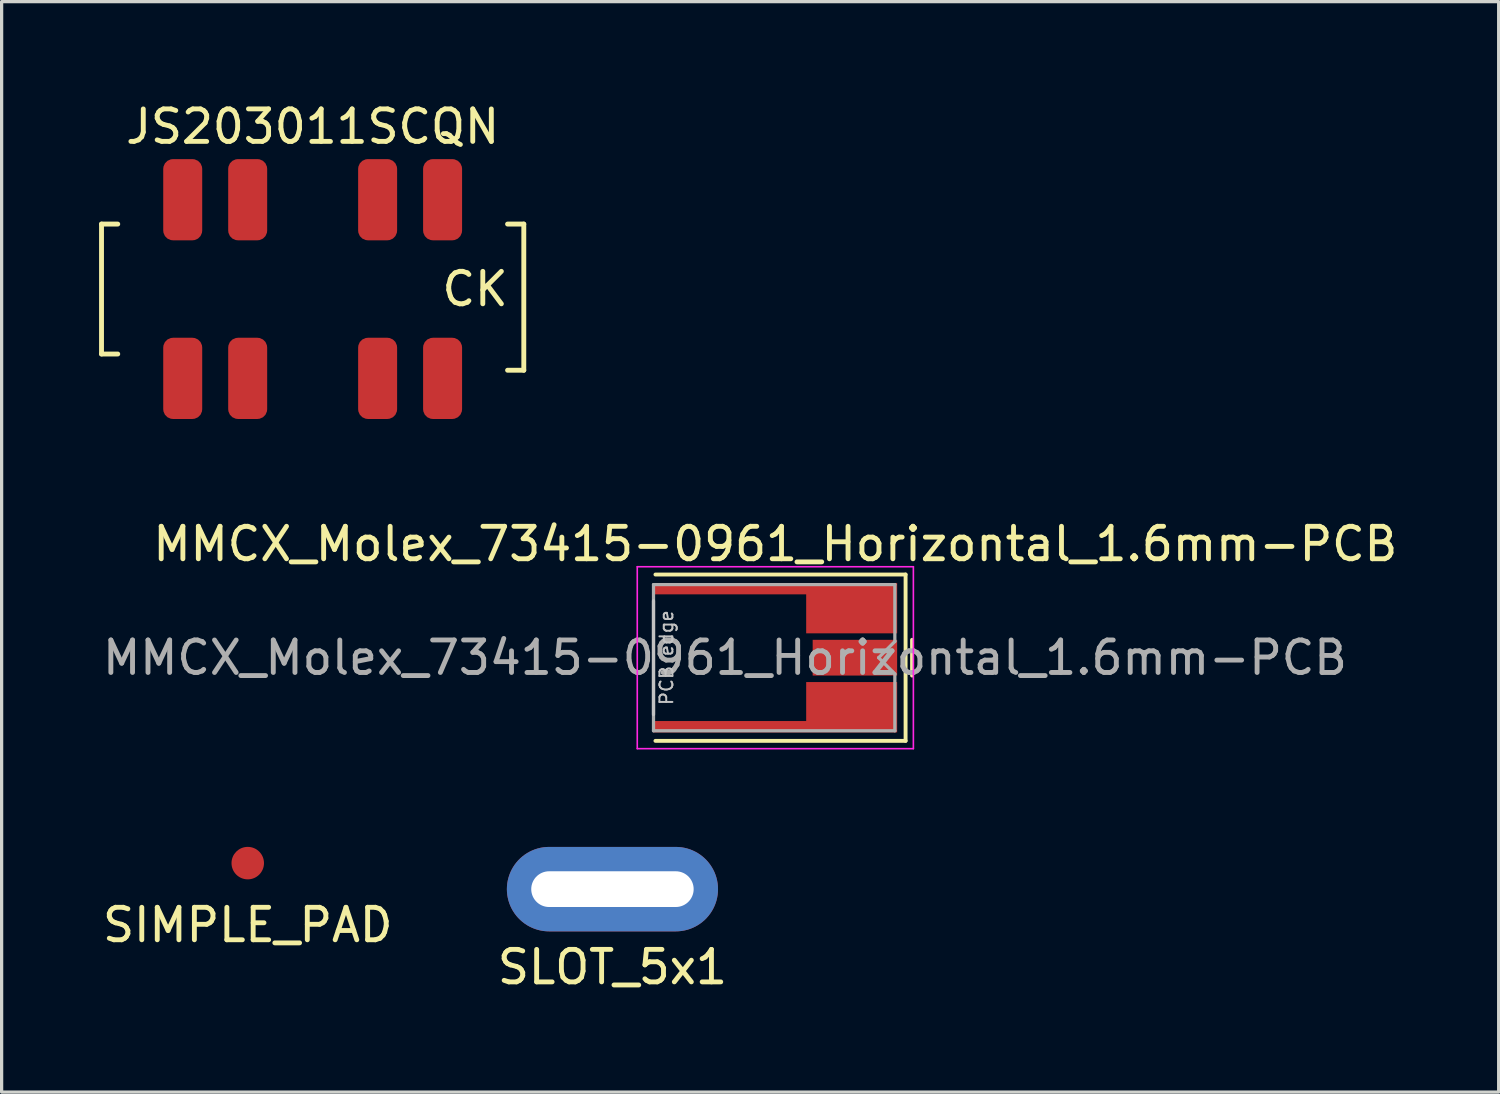
<source format=kicad_pcb>
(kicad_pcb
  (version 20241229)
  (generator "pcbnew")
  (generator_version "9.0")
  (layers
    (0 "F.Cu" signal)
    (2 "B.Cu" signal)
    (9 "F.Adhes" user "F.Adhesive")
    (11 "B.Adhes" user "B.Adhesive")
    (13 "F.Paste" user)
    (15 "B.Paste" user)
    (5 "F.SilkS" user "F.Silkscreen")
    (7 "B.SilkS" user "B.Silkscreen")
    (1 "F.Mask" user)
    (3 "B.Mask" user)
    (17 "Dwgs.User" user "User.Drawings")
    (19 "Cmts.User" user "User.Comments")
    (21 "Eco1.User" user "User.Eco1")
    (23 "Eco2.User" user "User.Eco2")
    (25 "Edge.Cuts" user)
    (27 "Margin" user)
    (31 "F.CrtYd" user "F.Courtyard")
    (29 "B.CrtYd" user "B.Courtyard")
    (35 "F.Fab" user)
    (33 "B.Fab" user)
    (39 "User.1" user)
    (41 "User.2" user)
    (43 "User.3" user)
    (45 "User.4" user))
  (footprint "MMCX_Molex_73415-0961_Horizontal_1.6mm-PCB"
    (layer "F.Cu")
    (at 20.818 17.197)
    (property "Reference" "MMCX_Molex_73415-0961_Horizontal_1.6mm-PCB" (at 0 -3.5 180) (layer "F.SilkS") (effects (font (size 1 1) (thickness 0.15))))
    (attr smd)
    (fp_line (start -3.69 -2.56) (end 4.01 -2.56) (stroke (width 0.12) (type solid)) (layer "F.SilkS"))
    (fp_line (start -3.69 2.56) (end 4.01 2.56) (stroke (width 0.12) (type solid)) (layer "F.SilkS"))
    (fp_line (start 4.01 2.56) (end 4.01 -2.56) (stroke (width 0.12) (type solid)) (layer "F.SilkS"))
    (fp_line (start 4.21 -0.55) (end 4.21 0.55) (stroke (width 0.12) (type solid)) (layer "F.SilkS"))
    (fp_line (start -3.75 1.75) (end -3.75 -1.75) (stroke (width 0.1) (type solid)) (layer "Dwgs.User"))
    (fp_line (start -3.75 1.75) (end 0.75 1.75) (stroke (width 0.01) (type solid)) (layer "Eco2.User"))
    (fp_line (start 0.75 -1.75) (end -3.75 -1.75) (stroke (width 0.01) (type solid)) (layer "Eco2.User"))
    (fp_line (start 0.75 1.75) (end 0.75 -1.75) (stroke (width 0.01) (type solid)) (layer "Eco2.User"))
    (fp_line (start -4.25 -2.8) (end -4.25 2.8) (stroke (width 0.05) (type solid)) (layer "F.CrtYd"))
    (fp_line (start -4.25 -2.8) (end 4.25 -2.8) (stroke (width 0.05) (type solid)) (layer "F.CrtYd"))
    (fp_line (start -4.25 2.8) (end 4.25 2.8) (stroke (width 0.05) (type solid)) (layer "F.CrtYd"))
    (fp_line (start 4.25 -2.8) (end 4.25 2.8) (stroke (width 0.05) (type solid)) (layer "F.CrtYd"))
    (fp_line (start -3.75 -2.25) (end -3.75 2.25) (stroke (width 0.1) (type solid)) (layer "F.Fab"))
    (fp_line (start -3.75 -2.25) (end 3.68 -2.25) (stroke (width 0.1) (type solid)) (layer "F.Fab"))
    (fp_line (start -3.75 2.25) (end 3.68 2.25) (stroke (width 0.1) (type solid)) (layer "F.Fab"))
    (fp_line (start 3.18 0) (end 3.68 -0.5) (stroke (width 0.1) (type solid)) (layer "F.Fab"))
    (fp_line (start 3.18 0) (end 3.68 0.5) (stroke (width 0.1) (type solid)) (layer "F.Fab"))
    (fp_line (start 3.68 -0.5) (end 3.68 -2.25) (stroke (width 0.1) (type solid)) (layer "F.Fab"))
    (fp_line (start 3.68 2.25) (end 3.68 0.5) (stroke (width 0.1) (type solid)) (layer "F.Fab"))
    (fp_text user "PCB edge" (at -3.35 0 90) (layer "Dwgs.User") (effects (font (size 0.4 0.4) (thickness 0.06))))
    (fp_text user "${REFERENCE}" (at -1.55 0 180) (layer "F.Fab") (effects (font (size 1 1) (thickness 0.15))))
    (pad "1" smd rect (at 2.45 0) (size 2.6 1.1) (layers "F.Cu" "F.Mask" "F.Paste"))
    (pad "2" smd custom (at 2.35 -1.525) (size 2.8 1.55) (layers "F.Cu" "F.Mask" "F.Paste") (options (anchor rect)) (primitives (gr_poly (pts (xy -6.1 -0.775) (xy -6.1 -0.425) (xy -1.4 -0.425) (xy -1.4 -0.775)) (width 0) (fill yes))))
    (pad "2" smd custom (at 2.35 1.525) (size 2.8 1.55) (layers "F.Cu" "F.Mask" "F.Paste") (options (anchor rect)) (primitives (gr_poly (pts (xy -6.1 0.425) (xy -6.1 0.775) (xy -1.4 0.775) (xy -1.4 0.425)) (width 0) (fill yes)))))
  (footprint "SLOT_5x1"
    (layer "F.Cu")
    (at 15.804 24.322)
    (property "Reference" "SLOT_5x1" (at 0 2.4 0) (layer "F.SilkS") (effects (font (size 1 1) (thickness 0.15))))
    (attr through_hole)
    (pad "1" thru_hole oval (at 0 0) (size 6.5 2.6) (drill oval 5 1.1) (layers "*.Cu" "*.Mask")))
  (footprint "SIMPLE_PAD"
    (layer "F.Cu")
    (at 4.577 23.521)
    (property "Reference" "SIMPLE_PAD" (at 0 1.905 0) (layer "F.SilkS") (effects (font (size 1 1) (thickness 0.15))))
    (attr through_hole)
    (pad "1" smd circle (at 0 0) (size 1 1) (layers "F.Cu" "F.Mask")))
  (footprint "JS203011SCQN"
    (layer "F.Cu")
    (at 6.575 5.848)
    (property "Reference" "JS203011SCQN" (at 0 -5 0) (layer "F.SilkS") (effects (font (size 1 1) (thickness 0.15))))
    (attr through_hole)
    (fp_line (start -6.5 -2) (end -6.5 2) (stroke (width 0.15) (type solid)) (layer "F.SilkS"))
    (fp_line (start -6.5 2) (end -6 2) (stroke (width 0.15) (type solid)) (layer "F.SilkS"))
    (fp_line (start -6 -2) (end -6.5 -2) (stroke (width 0.15) (type solid)) (layer "F.SilkS"))
    (fp_line (start 6 -2) (end 6.5 -2) (stroke (width 0.15) (type solid)) (layer "F.SilkS"))
    (fp_line (start 6.5 -2) (end 6.5 2.5) (stroke (width 0.15) (type solid)) (layer "F.SilkS"))
    (fp_line (start 6.5 2.5) (end 6 2.5) (stroke (width 0.15) (type solid)) (layer "F.SilkS"))
    (fp_text user "CK" (at 5 0 0) (layer "F.SilkS") (effects (font (size 1 1) (thickness 0.15))))
    (pad "1" smd roundrect (at -4 2.75) (size 1.2 2.5) (layers "F.Cu" "F.Mask" "F.Paste") (roundrect_rratio 0.25))
    (pad "2" smd roundrect (at -2 2.75) (size 1.2 2.5) (layers "F.Cu" "F.Mask" "F.Paste") (roundrect_rratio 0.25))
    (pad "3" smd roundrect (at 2 2.75) (size 1.2 2.5) (layers "F.Cu" "F.Mask" "F.Paste") (roundrect_rratio 0.25))
    (pad "4" smd roundrect (at 4 2.75) (size 1.2 2.5) (layers "F.Cu" "F.Mask" "F.Paste") (roundrect_rratio 0.25))
    (pad "5" smd roundrect (at -4 -2.75) (size 1.2 2.5) (layers "F.Cu" "F.Mask" "F.Paste") (roundrect_rratio 0.25))
    (pad "6" smd roundrect (at -2 -2.75) (size 1.2 2.5) (layers "F.Cu" "F.Mask" "F.Paste") (roundrect_rratio 0.25))
    (pad "7" smd roundrect (at 2 -2.75) (size 1.2 2.5) (layers "F.Cu" "F.Mask" "F.Paste") (roundrect_rratio 0.25))
    (pad "8" smd roundrect (at 4 -2.75) (size 1.2 2.5) (layers "F.Cu" "F.Mask" "F.Paste") (roundrect_rratio 0.25)))
  (gr_rect
    (start -3 -3)
    (end 43.086 30.57)
    (stroke (width 0.1) (type default))
    (fill no)
    (layer "Edge.Cuts")))
</source>
